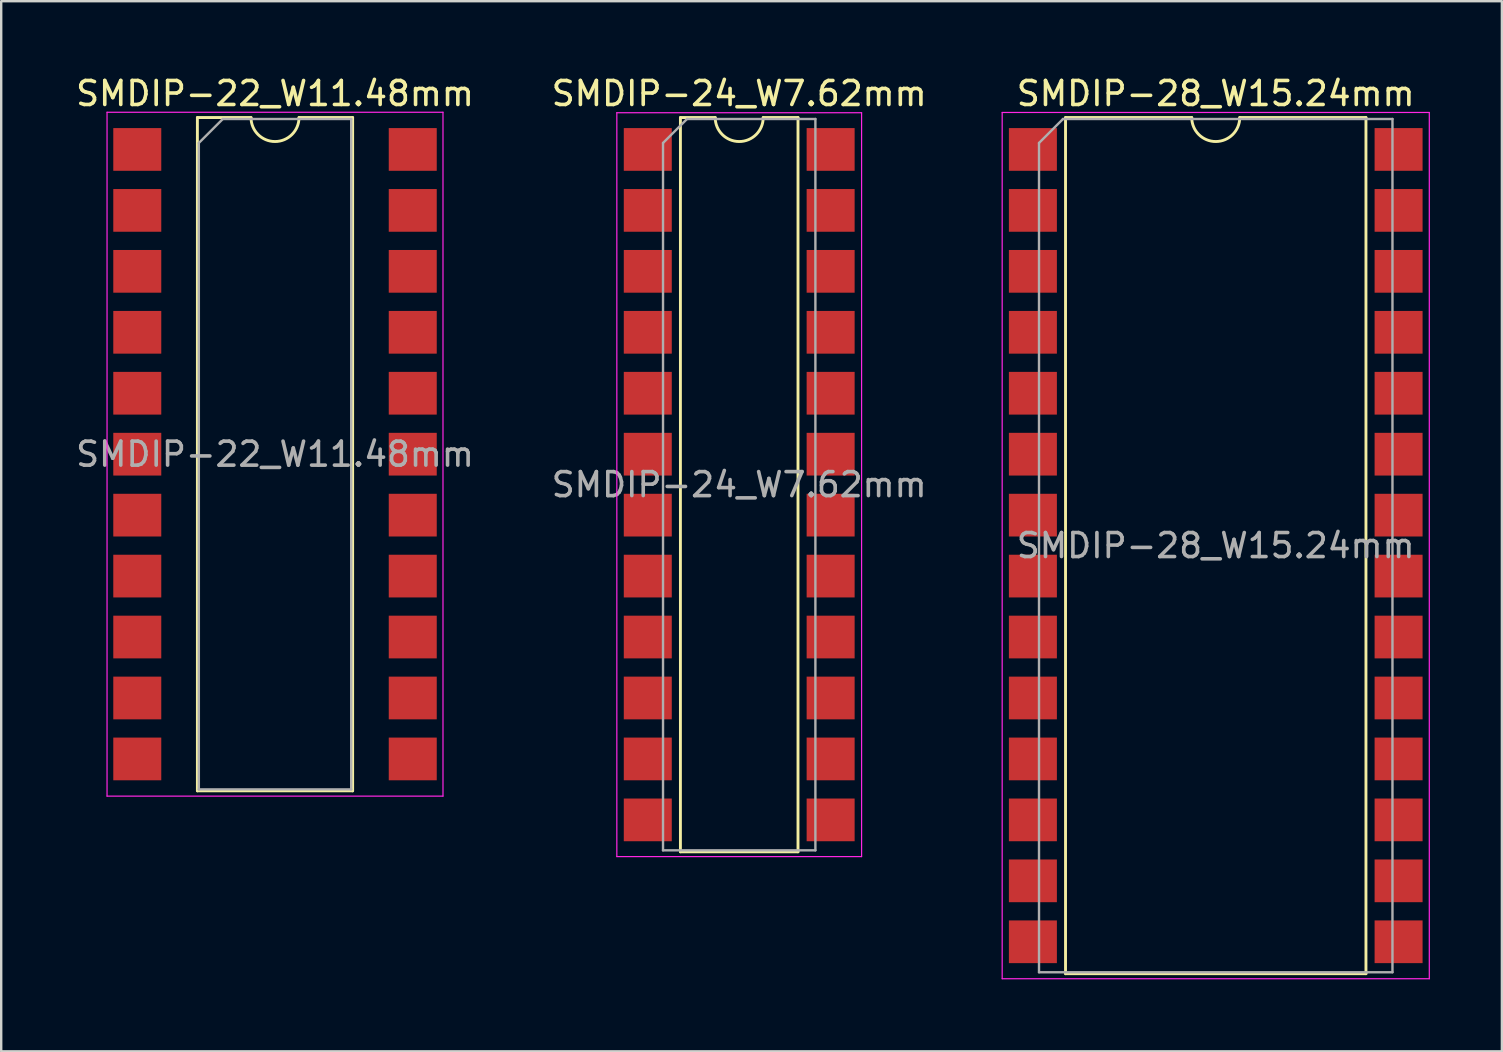
<source format=kicad_pcb>
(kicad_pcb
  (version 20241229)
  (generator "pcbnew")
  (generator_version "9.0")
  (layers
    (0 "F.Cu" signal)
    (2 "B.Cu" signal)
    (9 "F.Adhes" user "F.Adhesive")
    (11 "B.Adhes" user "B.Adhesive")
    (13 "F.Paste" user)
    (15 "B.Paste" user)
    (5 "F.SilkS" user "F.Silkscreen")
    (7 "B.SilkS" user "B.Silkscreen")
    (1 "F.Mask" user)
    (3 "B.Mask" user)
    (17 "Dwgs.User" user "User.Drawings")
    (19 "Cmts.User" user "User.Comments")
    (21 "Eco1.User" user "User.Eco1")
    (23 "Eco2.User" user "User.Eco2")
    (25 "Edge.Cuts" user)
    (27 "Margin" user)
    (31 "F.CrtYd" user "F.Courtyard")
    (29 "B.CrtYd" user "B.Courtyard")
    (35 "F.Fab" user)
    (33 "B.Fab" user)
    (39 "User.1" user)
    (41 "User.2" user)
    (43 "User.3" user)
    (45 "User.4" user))
  (footprint "SMDIP-24_W7.62mm"
    (layer "F.Cu")
    (at 27.756 17.148)
    (property "Reference" "SMDIP-24_W7.62mm" (at 0 -16.3 0) (layer "F.SilkS") (effects (font (size 1 1) (thickness 0.15))))
    (attr smd)
    (fp_line (start -2.45 -15.3) (end -2.45 15.3) (stroke (width 0.12) (type solid)) (layer "F.SilkS"))
    (fp_line (start -2.45 15.3) (end 2.45 15.3) (stroke (width 0.12) (type solid)) (layer "F.SilkS"))
    (fp_line (start -1 -15.3) (end -2.45 -15.3) (stroke (width 0.12) (type solid)) (layer "F.SilkS"))
    (fp_line (start 2.45 -15.3) (end 1 -15.3) (stroke (width 0.12) (type solid)) (layer "F.SilkS"))
    (fp_line (start 2.45 15.3) (end 2.45 -15.3) (stroke (width 0.12) (type solid)) (layer "F.SilkS"))
    (fp_arc (start 1 -15.3) (mid 0 -14.3) (end -1 -15.3) (stroke (width 0.12) (type solid)) (layer "F.SilkS"))
    (fp_line (start -5.1 -15.5) (end -5.1 15.5) (stroke (width 0.05) (type solid)) (layer "F.CrtYd"))
    (fp_line (start -5.1 15.5) (end 5.1 15.5) (stroke (width 0.05) (type solid)) (layer "F.CrtYd"))
    (fp_line (start 5.1 -15.5) (end -5.1 -15.5) (stroke (width 0.05) (type solid)) (layer "F.CrtYd"))
    (fp_line (start 5.1 15.5) (end 5.1 -15.5) (stroke (width 0.05) (type solid)) (layer "F.CrtYd"))
    (fp_line (start -3.175 -14.24) (end -2.175 -15.24) (stroke (width 0.1) (type solid)) (layer "F.Fab"))
    (fp_line (start -3.175 15.24) (end -3.175 -14.24) (stroke (width 0.1) (type solid)) (layer "F.Fab"))
    (fp_line (start -2.175 -15.24) (end 3.175 -15.24) (stroke (width 0.1) (type solid)) (layer "F.Fab"))
    (fp_line (start 3.175 -15.24) (end 3.175 15.24) (stroke (width 0.1) (type solid)) (layer "F.Fab"))
    (fp_line (start 3.175 15.24) (end -3.175 15.24) (stroke (width 0.1) (type solid)) (layer "F.Fab"))
    (fp_text user "${REFERENCE}" (at 0 0 0) (layer "F.Fab") (effects (font (size 1 1) (thickness 0.15))))
    (pad "1" smd rect (at -3.81 -13.97) (size 2 1.78) (layers "F.Cu" "F.Mask" "F.Paste"))
    (pad "2" smd rect (at -3.81 -11.43) (size 2 1.78) (layers "F.Cu" "F.Mask" "F.Paste"))
    (pad "3" smd rect (at -3.81 -8.89) (size 2 1.78) (layers "F.Cu" "F.Mask" "F.Paste"))
    (pad "4" smd rect (at -3.81 -6.35) (size 2 1.78) (layers "F.Cu" "F.Mask" "F.Paste"))
    (pad "5" smd rect (at -3.81 -3.81) (size 2 1.78) (layers "F.Cu" "F.Mask" "F.Paste"))
    (pad "6" smd rect (at -3.81 -1.27) (size 2 1.78) (layers "F.Cu" "F.Mask" "F.Paste"))
    (pad "7" smd rect (at -3.81 1.27) (size 2 1.78) (layers "F.Cu" "F.Mask" "F.Paste"))
    (pad "8" smd rect (at -3.81 3.81) (size 2 1.78) (layers "F.Cu" "F.Mask" "F.Paste"))
    (pad "9" smd rect (at -3.81 6.35) (size 2 1.78) (layers "F.Cu" "F.Mask" "F.Paste"))
    (pad "10" smd rect (at -3.81 8.89) (size 2 1.78) (layers "F.Cu" "F.Mask" "F.Paste"))
    (pad "11" smd rect (at -3.81 11.43) (size 2 1.78) (layers "F.Cu" "F.Mask" "F.Paste"))
    (pad "12" smd rect (at -3.81 13.97) (size 2 1.78) (layers "F.Cu" "F.Mask" "F.Paste"))
    (pad "13" smd rect (at 3.81 13.97) (size 2 1.78) (layers "F.Cu" "F.Mask" "F.Paste"))
    (pad "14" smd rect (at 3.81 11.43) (size 2 1.78) (layers "F.Cu" "F.Mask" "F.Paste"))
    (pad "15" smd rect (at 3.81 8.89) (size 2 1.78) (layers "F.Cu" "F.Mask" "F.Paste"))
    (pad "16" smd rect (at 3.81 6.35) (size 2 1.78) (layers "F.Cu" "F.Mask" "F.Paste"))
    (pad "17" smd rect (at 3.81 3.81) (size 2 1.78) (layers "F.Cu" "F.Mask" "F.Paste"))
    (pad "18" smd rect (at 3.81 1.27) (size 2 1.78) (layers "F.Cu" "F.Mask" "F.Paste"))
    (pad "19" smd rect (at 3.81 -1.27) (size 2 1.78) (layers "F.Cu" "F.Mask" "F.Paste"))
    (pad "20" smd rect (at 3.81 -3.81) (size 2 1.78) (layers "F.Cu" "F.Mask" "F.Paste"))
    (pad "21" smd rect (at 3.81 -6.35) (size 2 1.78) (layers "F.Cu" "F.Mask" "F.Paste"))
    (pad "22" smd rect (at 3.81 -8.89) (size 2 1.78) (layers "F.Cu" "F.Mask" "F.Paste"))
    (pad "23" smd rect (at 3.81 -11.43) (size 2 1.78) (layers "F.Cu" "F.Mask" "F.Paste"))
    (pad "24" smd rect (at 3.81 -13.97) (size 2 1.78) (layers "F.Cu" "F.Mask" "F.Paste")))
  (footprint "SMDIP-28_W15.24mm"
    (layer "F.Cu")
    (at 47.615 19.688)
    (property "Reference" "SMDIP-28_W15.24mm" (at 0 -18.84 0) (layer "F.SilkS") (effects (font (size 1 1) (thickness 0.15))))
    (attr smd)
    (fp_line (start -6.26 -17.84) (end -6.26 17.84) (stroke (width 0.12) (type solid)) (layer "F.SilkS"))
    (fp_line (start -6.26 17.84) (end 6.26 17.84) (stroke (width 0.12) (type solid)) (layer "F.SilkS"))
    (fp_line (start -1 -17.84) (end -6.26 -17.84) (stroke (width 0.12) (type solid)) (layer "F.SilkS"))
    (fp_line (start 6.26 -17.84) (end 1 -17.84) (stroke (width 0.12) (type solid)) (layer "F.SilkS"))
    (fp_line (start 6.26 17.84) (end 6.26 -17.84) (stroke (width 0.12) (type solid)) (layer "F.SilkS"))
    (fp_arc (start 1 -17.84) (mid 0 -16.84) (end -1 -17.84) (stroke (width 0.12) (type solid)) (layer "F.SilkS"))
    (fp_line (start -8.9 -18.05) (end -8.9 18.05) (stroke (width 0.05) (type solid)) (layer "F.CrtYd"))
    (fp_line (start -8.9 18.05) (end 8.9 18.05) (stroke (width 0.05) (type solid)) (layer "F.CrtYd"))
    (fp_line (start 8.9 -18.05) (end -8.9 -18.05) (stroke (width 0.05) (type solid)) (layer "F.CrtYd"))
    (fp_line (start 8.9 18.05) (end 8.9 -18.05) (stroke (width 0.05) (type solid)) (layer "F.CrtYd"))
    (fp_line (start -7.365 -16.78) (end -6.365 -17.78) (stroke (width 0.1) (type solid)) (layer "F.Fab"))
    (fp_line (start -7.365 17.78) (end -7.365 -16.78) (stroke (width 0.1) (type solid)) (layer "F.Fab"))
    (fp_line (start -6.365 -17.78) (end 7.365 -17.78) (stroke (width 0.1) (type solid)) (layer "F.Fab"))
    (fp_line (start 7.365 -17.78) (end 7.365 17.78) (stroke (width 0.1) (type solid)) (layer "F.Fab"))
    (fp_line (start 7.365 17.78) (end -7.365 17.78) (stroke (width 0.1) (type solid)) (layer "F.Fab"))
    (fp_text user "${REFERENCE}" (at 0 0 0) (layer "F.Fab") (effects (font (size 1 1) (thickness 0.15))))
    (pad "1" smd rect (at -7.62 -16.51) (size 2 1.78) (layers "F.Cu" "F.Mask" "F.Paste"))
    (pad "2" smd rect (at -7.62 -13.97) (size 2 1.78) (layers "F.Cu" "F.Mask" "F.Paste"))
    (pad "3" smd rect (at -7.62 -11.43) (size 2 1.78) (layers "F.Cu" "F.Mask" "F.Paste"))
    (pad "4" smd rect (at -7.62 -8.89) (size 2 1.78) (layers "F.Cu" "F.Mask" "F.Paste"))
    (pad "5" smd rect (at -7.62 -6.35) (size 2 1.78) (layers "F.Cu" "F.Mask" "F.Paste"))
    (pad "6" smd rect (at -7.62 -3.81) (size 2 1.78) (layers "F.Cu" "F.Mask" "F.Paste"))
    (pad "7" smd rect (at -7.62 -1.27) (size 2 1.78) (layers "F.Cu" "F.Mask" "F.Paste"))
    (pad "8" smd rect (at -7.62 1.27) (size 2 1.78) (layers "F.Cu" "F.Mask" "F.Paste"))
    (pad "9" smd rect (at -7.62 3.81) (size 2 1.78) (layers "F.Cu" "F.Mask" "F.Paste"))
    (pad "10" smd rect (at -7.62 6.35) (size 2 1.78) (layers "F.Cu" "F.Mask" "F.Paste"))
    (pad "11" smd rect (at -7.62 8.89) (size 2 1.78) (layers "F.Cu" "F.Mask" "F.Paste"))
    (pad "12" smd rect (at -7.62 11.43) (size 2 1.78) (layers "F.Cu" "F.Mask" "F.Paste"))
    (pad "13" smd rect (at -7.62 13.97) (size 2 1.78) (layers "F.Cu" "F.Mask" "F.Paste"))
    (pad "14" smd rect (at -7.62 16.51) (size 2 1.78) (layers "F.Cu" "F.Mask" "F.Paste"))
    (pad "15" smd rect (at 7.62 16.51) (size 2 1.78) (layers "F.Cu" "F.Mask" "F.Paste"))
    (pad "16" smd rect (at 7.62 13.97) (size 2 1.78) (layers "F.Cu" "F.Mask" "F.Paste"))
    (pad "17" smd rect (at 7.62 11.43) (size 2 1.78) (layers "F.Cu" "F.Mask" "F.Paste"))
    (pad "18" smd rect (at 7.62 8.89) (size 2 1.78) (layers "F.Cu" "F.Mask" "F.Paste"))
    (pad "19" smd rect (at 7.62 6.35) (size 2 1.78) (layers "F.Cu" "F.Mask" "F.Paste"))
    (pad "20" smd rect (at 7.62 3.81) (size 2 1.78) (layers "F.Cu" "F.Mask" "F.Paste"))
    (pad "21" smd rect (at 7.62 1.27) (size 2 1.78) (layers "F.Cu" "F.Mask" "F.Paste"))
    (pad "22" smd rect (at 7.62 -1.27) (size 2 1.78) (layers "F.Cu" "F.Mask" "F.Paste"))
    (pad "23" smd rect (at 7.62 -3.81) (size 2 1.78) (layers "F.Cu" "F.Mask" "F.Paste"))
    (pad "24" smd rect (at 7.62 -6.35) (size 2 1.78) (layers "F.Cu" "F.Mask" "F.Paste"))
    (pad "25" smd rect (at 7.62 -8.89) (size 2 1.78) (layers "F.Cu" "F.Mask" "F.Paste"))
    (pad "26" smd rect (at 7.62 -11.43) (size 2 1.78) (layers "F.Cu" "F.Mask" "F.Paste"))
    (pad "27" smd rect (at 7.62 -13.97) (size 2 1.78) (layers "F.Cu" "F.Mask" "F.Paste"))
    (pad "28" smd rect (at 7.62 -16.51) (size 2 1.78) (layers "F.Cu" "F.Mask" "F.Paste")))
  (footprint "SMDIP-22_W11.48mm"
    (layer "F.Cu")
    (at 8.411 15.878)
    (property "Reference" "SMDIP-22_W11.48mm" (at 0 -15.03 0) (layer "F.SilkS") (effects (font (size 1 1) (thickness 0.15))))
    (attr smd)
    (fp_line (start -3.235 -14.03) (end -3.235 14.03) (stroke (width 0.12) (type solid)) (layer "F.SilkS"))
    (fp_line (start -3.235 14.03) (end 3.235 14.03) (stroke (width 0.12) (type solid)) (layer "F.SilkS"))
    (fp_line (start -1 -14.03) (end -3.235 -14.03) (stroke (width 0.12) (type solid)) (layer "F.SilkS"))
    (fp_line (start 3.235 -14.03) (end 1 -14.03) (stroke (width 0.12) (type solid)) (layer "F.SilkS"))
    (fp_line (start 3.235 14.03) (end 3.235 -14.03) (stroke (width 0.12) (type solid)) (layer "F.SilkS"))
    (fp_arc (start 1 -14.03) (mid 0 -13.03) (end -1 -14.03) (stroke (width 0.12) (type solid)) (layer "F.SilkS"))
    (fp_line (start -7 -14.25) (end -7 14.25) (stroke (width 0.05) (type solid)) (layer "F.CrtYd"))
    (fp_line (start -7 14.25) (end 7 14.25) (stroke (width 0.05) (type solid)) (layer "F.CrtYd"))
    (fp_line (start 7 -14.25) (end -7 -14.25) (stroke (width 0.05) (type solid)) (layer "F.CrtYd"))
    (fp_line (start 7 14.25) (end 7 -14.25) (stroke (width 0.05) (type solid)) (layer "F.CrtYd"))
    (fp_line (start -3.175 -12.97) (end -2.175 -13.97) (stroke (width 0.1) (type solid)) (layer "F.Fab"))
    (fp_line (start -3.175 13.97) (end -3.175 -12.97) (stroke (width 0.1) (type solid)) (layer "F.Fab"))
    (fp_line (start -2.175 -13.97) (end 3.175 -13.97) (stroke (width 0.1) (type solid)) (layer "F.Fab"))
    (fp_line (start 3.175 -13.97) (end 3.175 13.97) (stroke (width 0.1) (type solid)) (layer "F.Fab"))
    (fp_line (start 3.175 13.97) (end -3.175 13.97) (stroke (width 0.1) (type solid)) (layer "F.Fab"))
    (fp_text user "${REFERENCE}" (at 0 0 0) (layer "F.Fab") (effects (font (size 1 1) (thickness 0.15))))
    (pad "1" smd rect (at -5.74 -12.7) (size 2 1.78) (layers "F.Cu" "F.Mask" "F.Paste"))
    (pad "2" smd rect (at -5.74 -10.16) (size 2 1.78) (layers "F.Cu" "F.Mask" "F.Paste"))
    (pad "3" smd rect (at -5.74 -7.62) (size 2 1.78) (layers "F.Cu" "F.Mask" "F.Paste"))
    (pad "4" smd rect (at -5.74 -5.08) (size 2 1.78) (layers "F.Cu" "F.Mask" "F.Paste"))
    (pad "5" smd rect (at -5.74 -2.54) (size 2 1.78) (layers "F.Cu" "F.Mask" "F.Paste"))
    (pad "6" smd rect (at -5.74 0) (size 2 1.78) (layers "F.Cu" "F.Mask" "F.Paste"))
    (pad "7" smd rect (at -5.74 2.54) (size 2 1.78) (layers "F.Cu" "F.Mask" "F.Paste"))
    (pad "8" smd rect (at -5.74 5.08) (size 2 1.78) (layers "F.Cu" "F.Mask" "F.Paste"))
    (pad "9" smd rect (at -5.74 7.62) (size 2 1.78) (layers "F.Cu" "F.Mask" "F.Paste"))
    (pad "10" smd rect (at -5.74 10.16) (size 2 1.78) (layers "F.Cu" "F.Mask" "F.Paste"))
    (pad "11" smd rect (at -5.74 12.7) (size 2 1.78) (layers "F.Cu" "F.Mask" "F.Paste"))
    (pad "12" smd rect (at 5.74 12.7) (size 2 1.78) (layers "F.Cu" "F.Mask" "F.Paste"))
    (pad "13" smd rect (at 5.74 10.16) (size 2 1.78) (layers "F.Cu" "F.Mask" "F.Paste"))
    (pad "14" smd rect (at 5.74 7.62) (size 2 1.78) (layers "F.Cu" "F.Mask" "F.Paste"))
    (pad "15" smd rect (at 5.74 5.08) (size 2 1.78) (layers "F.Cu" "F.Mask" "F.Paste"))
    (pad "16" smd rect (at 5.74 2.54) (size 2 1.78) (layers "F.Cu" "F.Mask" "F.Paste"))
    (pad "17" smd rect (at 5.74 0) (size 2 1.78) (layers "F.Cu" "F.Mask" "F.Paste"))
    (pad "18" smd rect (at 5.74 -2.54) (size 2 1.78) (layers "F.Cu" "F.Mask" "F.Paste"))
    (pad "19" smd rect (at 5.74 -5.08) (size 2 1.78) (layers "F.Cu" "F.Mask" "F.Paste"))
    (pad "20" smd rect (at 5.74 -7.62) (size 2 1.78) (layers "F.Cu" "F.Mask" "F.Paste"))
    (pad "21" smd rect (at 5.74 -10.16) (size 2 1.78) (layers "F.Cu" "F.Mask" "F.Paste"))
    (pad "22" smd rect (at 5.74 -12.7) (size 2 1.78) (layers "F.Cu" "F.Mask" "F.Paste")))
  (gr_rect
    (start -3 -3)
    (end 59.54 40.763)
    (stroke (width 0.1) (type default))
    (fill no)
    (layer "Edge.Cuts")))
</source>
